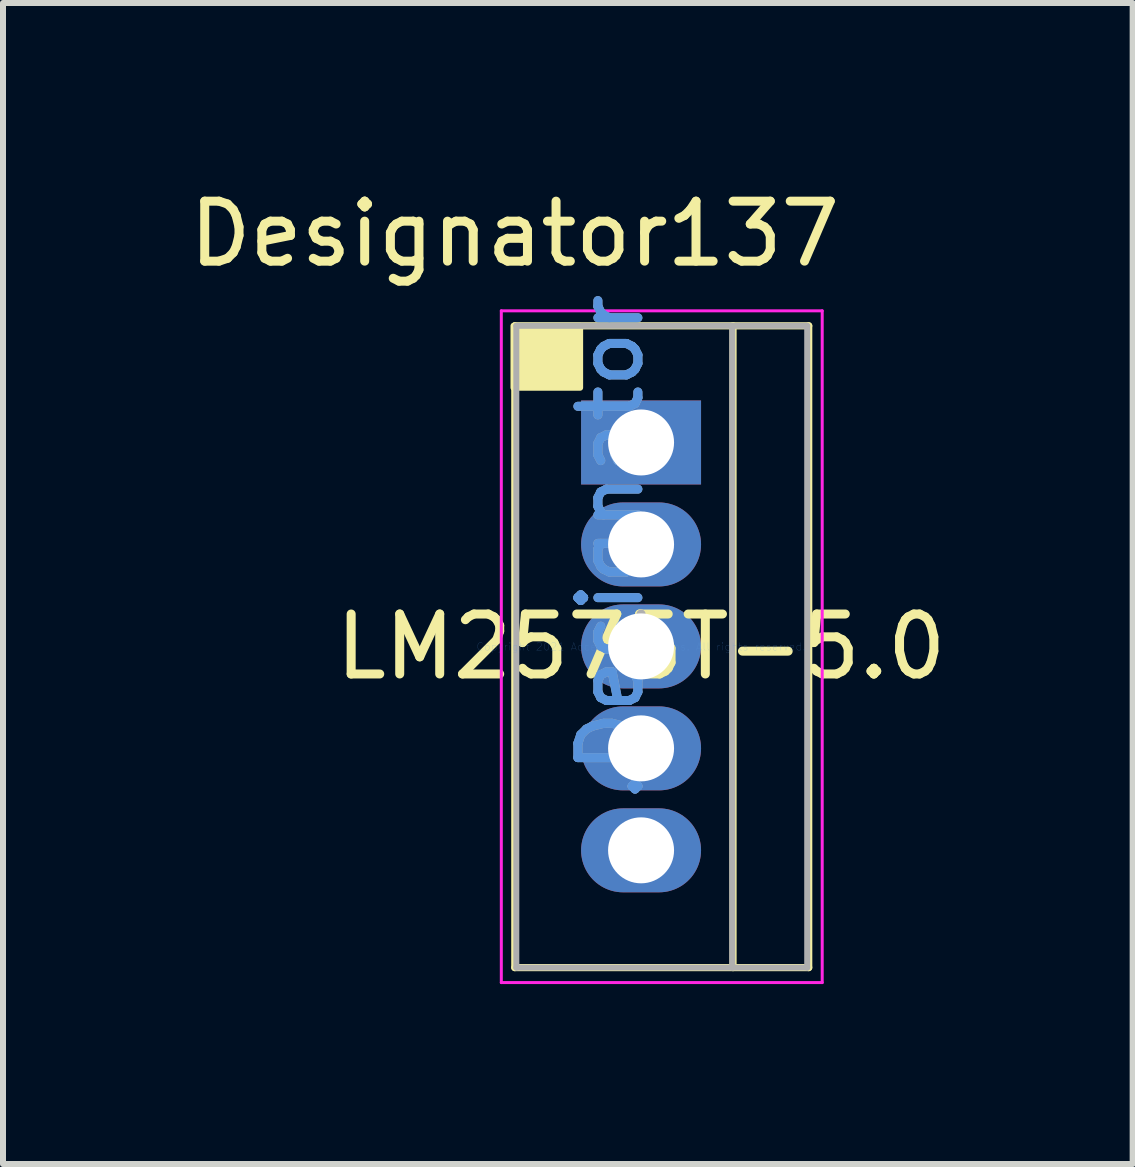
<source format=kicad_pcb>
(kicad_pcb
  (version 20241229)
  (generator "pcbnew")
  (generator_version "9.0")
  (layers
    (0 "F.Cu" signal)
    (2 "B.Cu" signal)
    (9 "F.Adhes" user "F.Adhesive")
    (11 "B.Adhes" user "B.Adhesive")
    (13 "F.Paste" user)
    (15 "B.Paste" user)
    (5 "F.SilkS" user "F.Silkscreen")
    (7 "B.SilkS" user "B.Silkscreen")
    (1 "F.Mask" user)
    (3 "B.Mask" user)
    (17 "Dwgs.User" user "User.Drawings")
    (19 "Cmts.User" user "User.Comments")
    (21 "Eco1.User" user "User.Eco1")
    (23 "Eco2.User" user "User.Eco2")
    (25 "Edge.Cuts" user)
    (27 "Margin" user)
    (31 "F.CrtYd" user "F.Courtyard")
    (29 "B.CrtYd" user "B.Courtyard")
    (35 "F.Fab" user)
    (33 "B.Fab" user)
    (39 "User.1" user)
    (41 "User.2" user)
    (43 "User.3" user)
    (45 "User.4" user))
  (footprint "LM2575T-5.0"
    (layer "F.Cu")
    (at 7.638 7.732)
    (property "Reference" "LM2575T-5.0" (at 0 0 0) (layer "F.SilkS") (effects (font (size 1 1) (thickness 0.15))))
    (attr through_hole)
    (fp_line (start -2.105 -5.35) (end 2.795 -5.35) (stroke (width 0.12) (type solid)) (layer "F.SilkS"))
    (fp_line (start -2.105 5.35) (end -2.105 -5.35) (stroke (width 0.12) (type solid)) (layer "F.SilkS"))
    (fp_line (start -2.105 5.35) (end 2.795 5.35) (stroke (width 0.12) (type solid)) (layer "F.SilkS"))
    (fp_line (start 1.533 5.35) (end 1.533 -5.35) (stroke (width 0.12) (type solid)) (layer "F.SilkS"))
    (fp_line (start 2.795 5.35) (end 2.795 -5.35) (stroke (width 0.12) (type solid)) (layer "F.SilkS"))
    (fp_poly (pts (xy -2.127 -4.318) (xy -1.016 -4.318) (xy -1.016 -5.35) (xy -2.127 -5.35)) (stroke (width 0.1) (type solid)) (fill yes) (layer "F.SilkS"))
    (fp_line (start -2.33 -5.6) (end 3.02 -5.6) (stroke (width 0.05) (type solid)) (layer "F.CrtYd"))
    (fp_line (start -2.33 5.6) (end -2.33 -5.6) (stroke (width 0.05) (type solid)) (layer "F.CrtYd"))
    (fp_line (start -2.33 5.6) (end 3.02 5.6) (stroke (width 0.05) (type solid)) (layer "F.CrtYd"))
    (fp_line (start -0.5 0) (end 0.5 0) (stroke (width 0.05) (type solid)) (layer "F.CrtYd"))
    (fp_line (start 0 0.5) (end 0 -0.5) (stroke (width 0.05) (type solid)) (layer "F.CrtYd"))
    (fp_line (start 3.02 5.6) (end 3.02 -5.6) (stroke (width 0.05) (type solid)) (layer "F.CrtYd"))
    (fp_line (start -2.08 -5.35) (end 2.77 -5.35) (stroke (width 0.1) (type solid)) (layer "F.Fab"))
    (fp_line (start -2.08 5.35) (end -2.08 -5.35) (stroke (width 0.1) (type solid)) (layer "F.Fab"))
    (fp_line (start -2.08 5.35) (end 2.77 5.35) (stroke (width 0.1) (type solid)) (layer "F.Fab"))
    (fp_line (start 1.52 5.35) (end 1.52 -5.35) (stroke (width 0.1) (type solid)) (layer "F.Fab"))
    (fp_line (start 2.77 5.35) (end 2.77 -5.35) (stroke (width 0.1) (type solid)) (layer "F.Fab"))
    (fp_text user "*" (at 0 0 0) (layer "F.SilkS") (effects (font (size 1 1) (thickness 0.15))))
    (fp_text user "Designator137" (at -2.108 -6.883 0) (layer "F.SilkS") (effects (font (size 1 1) (thickness 0.15))))
    (fp_text user "Copyright 2021 Accelerated Designs. All rights reserved." (at 0 0 0) (layer "Cmts.User") (effects (font (size 0.127 0.127) (thickness 0.002))))
    (fp_text user ".Designator" (at -0.508 -1.651 270) (layer "Cmts.User") (effects (font (size 1 1) (thickness 0.15))))
    (fp_text user "*" (at 0 0 0) (layer "F.Fab") (effects (font (size 1 1) (thickness 0.15))))
    (fp_text user ".Designator" (at -0.508 -1.651 270) (layer "F.Fab") (effects (font (size 1 1) (thickness 0.15))))
    (pad "1" thru_hole rect (at 0 -3.405) (size 2 1.4) (drill 1.1) (layers "*.Cu" "*.Mask"))
    (pad "2" thru_hole oval (at 0 -1.705) (size 2 1.4) (drill 1.1) (layers "*.Cu" "*.Mask"))
    (pad "3" thru_hole oval (at 0 -0.005) (size 2 1.4) (drill 1.1) (layers "*.Cu" "*.Mask"))
    (pad "4" thru_hole oval (at 0 1.695) (size 2 1.4) (drill 1.1) (layers "*.Cu" "*.Mask"))
    (pad "5" thru_hole oval (at 0 3.395) (size 2 1.4) (drill 1.1) (layers "*.Cu" "*.Mask")))
  (gr_rect
    (start -3 -3)
    (end 15.834 16.357)
    (stroke (width 0.1) (type default))
    (fill no)
    (layer "Edge.Cuts")))
</source>
